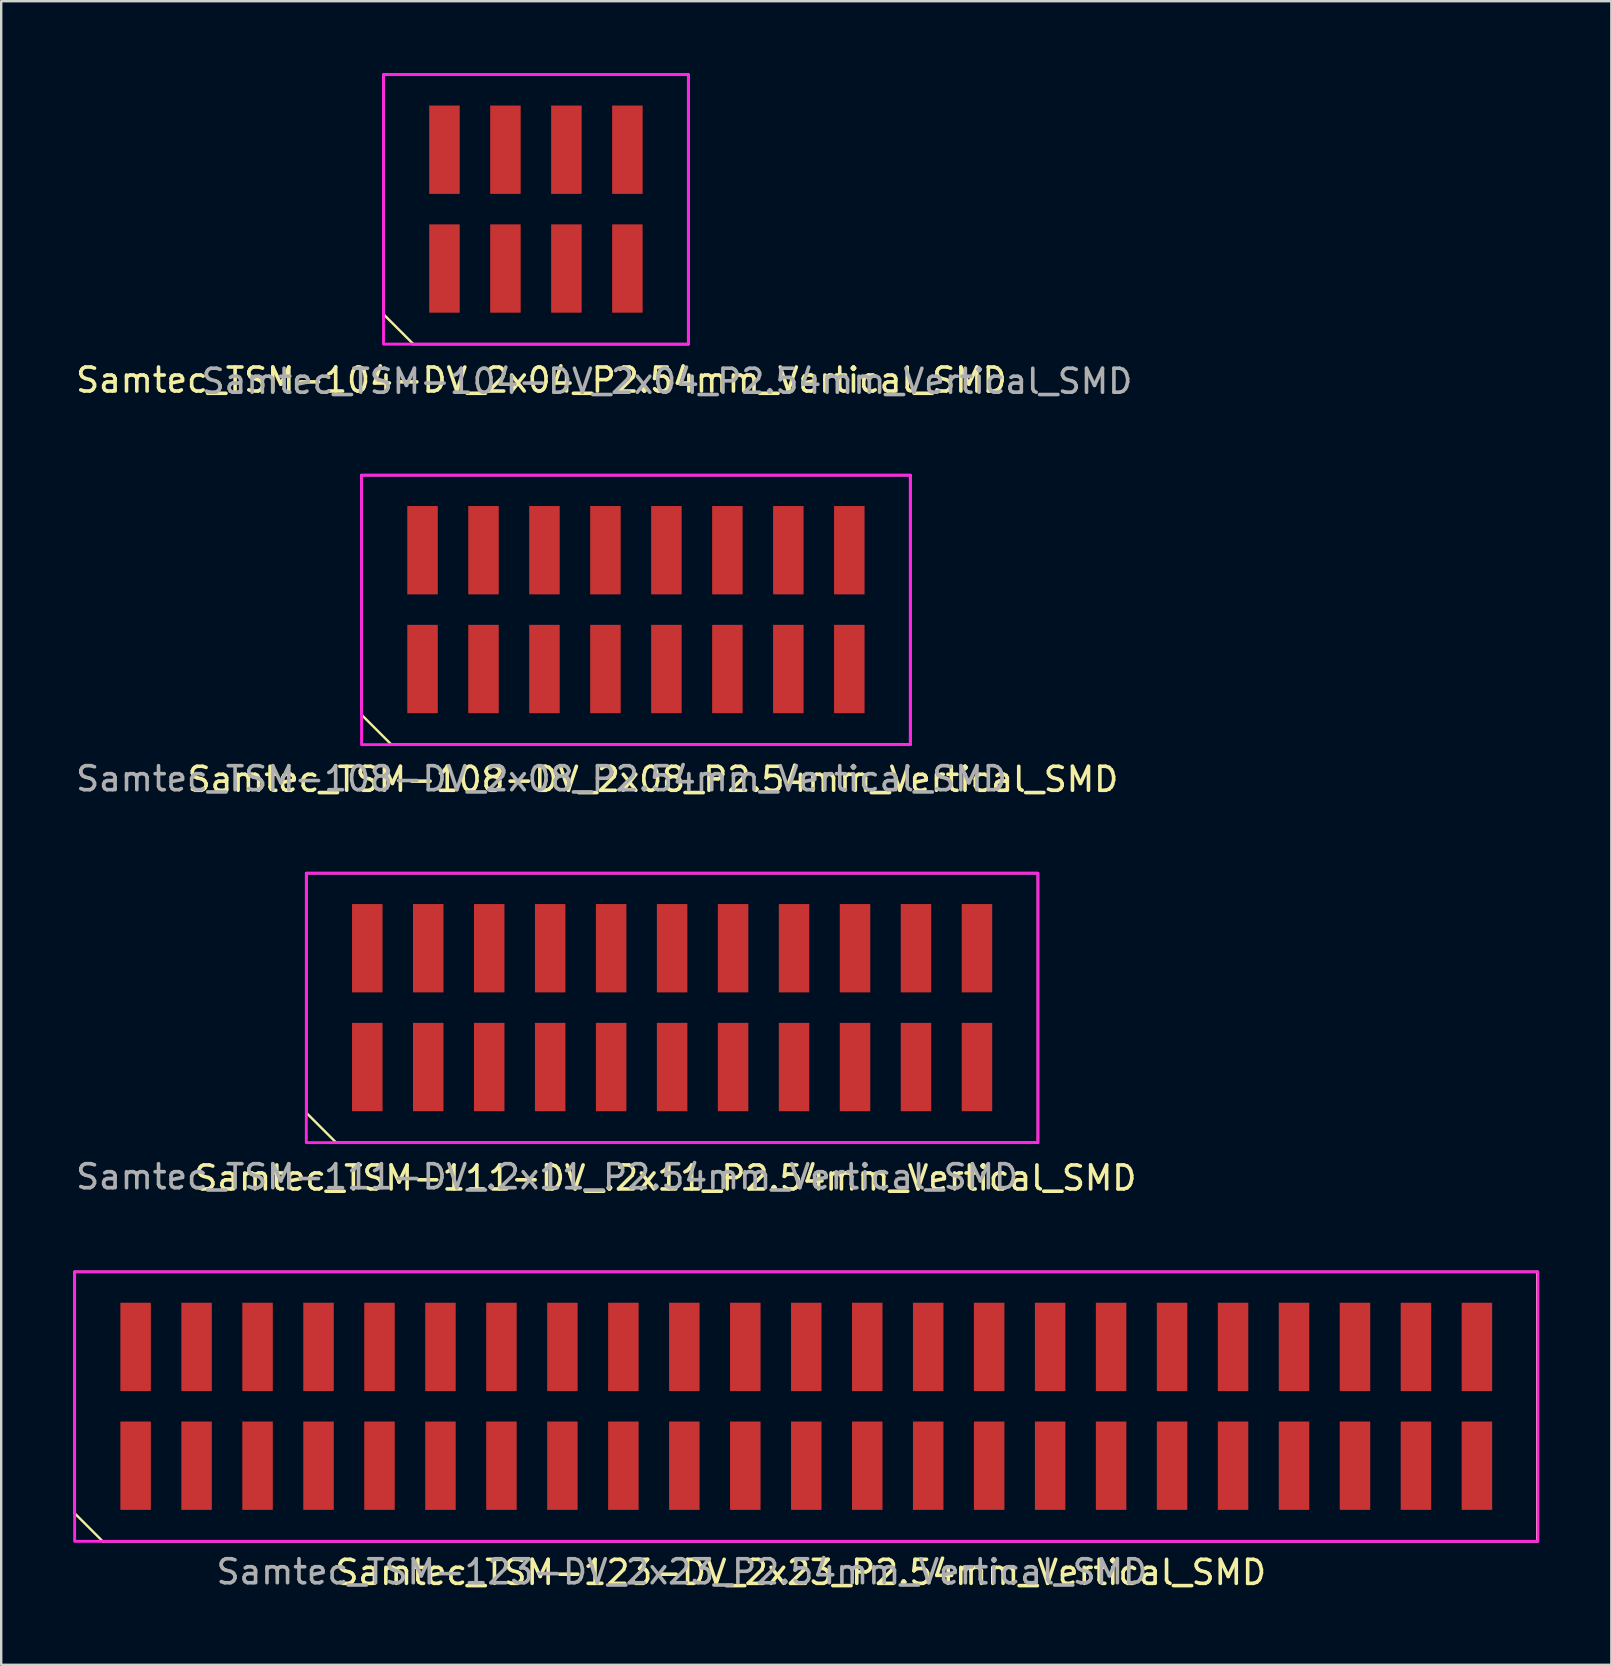
<source format=kicad_pcb>
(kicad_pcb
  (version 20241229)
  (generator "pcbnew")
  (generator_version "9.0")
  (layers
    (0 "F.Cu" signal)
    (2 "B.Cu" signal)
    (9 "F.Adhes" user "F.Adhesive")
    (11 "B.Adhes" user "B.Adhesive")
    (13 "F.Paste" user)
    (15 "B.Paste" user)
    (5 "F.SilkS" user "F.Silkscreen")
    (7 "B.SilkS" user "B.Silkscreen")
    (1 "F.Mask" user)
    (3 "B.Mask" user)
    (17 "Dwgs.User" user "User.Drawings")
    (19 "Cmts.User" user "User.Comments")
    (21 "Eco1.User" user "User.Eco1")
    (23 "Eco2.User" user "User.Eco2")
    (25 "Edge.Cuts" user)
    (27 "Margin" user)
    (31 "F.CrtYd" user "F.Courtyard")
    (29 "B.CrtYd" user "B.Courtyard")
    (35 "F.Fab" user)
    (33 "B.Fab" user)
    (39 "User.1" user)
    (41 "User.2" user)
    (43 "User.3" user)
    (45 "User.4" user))
  (footprint "Samtec_TSM-104-DV_2x04_P2.54mm_Vertical_SMD"
    (layer "F.Cu")
    (at 15.467 8.137)
    (property "Reference" "Samtec_TSM-104-DV_2x04_P2.54mm_Vertical_SMD" (at 4.039 4.648 0) (layer "F.SilkS") (effects (font (size 1 1) (thickness 0.15))))
    (attr smd)
    (fp_line (start -2.54 -8.077) (end -2.54 1.905) (stroke (width 0.1) (type solid)) (layer "F.SilkS"))
    (fp_line (start -2.54 -8.077) (end 10.16 -8.077) (stroke (width 0.1) (type solid)) (layer "F.SilkS"))
    (fp_line (start -2.515 1.93) (end -1.295 3.15) (stroke (width 0.1) (type solid)) (layer "F.SilkS"))
    (fp_line (start -1.295 3.15) (end 10.16 3.15) (stroke (width 0.1) (type solid)) (layer "F.SilkS"))
    (fp_line (start 10.16 -8.077) (end 10.16 3.15) (stroke (width 0.1) (type solid)) (layer "F.SilkS"))
    (fp_rect (start -2.54 -8.077) (end 10.16 3.15) (stroke (width 0.12) (type solid)) (fill no) (layer "F.CrtYd"))
    (fp_text user "${REFERENCE}" (at 9.271 4.699 0) (layer "F.Fab") (effects (font (size 1 1) (thickness 0.15))))
    (pad "1" smd rect (at 0 0) (size 1.27 3.68) (layers "F.Cu" "F.Mask" "F.Paste"))
    (pad "2" smd rect (at 0 -4.95) (size 1.27 3.68) (layers "F.Cu" "F.Mask" "F.Paste"))
    (pad "3" smd rect (at 2.54 0) (size 1.27 3.68) (layers "F.Cu" "F.Mask" "F.Paste"))
    (pad "4" smd rect (at 2.54 -4.95) (size 1.27 3.68) (layers "F.Cu" "F.Mask" "F.Paste"))
    (pad "5" smd rect (at 5.08 0) (size 1.27 3.68) (layers "F.Cu" "F.Mask" "F.Paste"))
    (pad "6" smd rect (at 5.08 -4.95) (size 1.27 3.68) (layers "F.Cu" "F.Mask" "F.Paste"))
    (pad "7" smd rect (at 7.62 0) (size 1.27 3.68) (layers "F.Cu" "F.Mask" "F.Paste"))
    (pad "8" smd rect (at 7.62 -4.95) (size 1.27 3.68) (layers "F.Cu" "F.Mask" "F.Paste")))
  (footprint "Samtec_TSM-108-DV_2x08_P2.54mm_Vertical_SMD"
    (layer "F.Cu")
    (at 14.553 24.822)
    (property "Reference" "Samtec_TSM-108-DV_2x08_P2.54mm_Vertical_SMD" (at 9.601 4.597 0) (layer "F.SilkS") (effects (font (size 1 1) (thickness 0.15))))
    (attr smd)
    (fp_line (start -2.54 -8.077) (end -2.54 1.905) (stroke (width 0.1) (type solid)) (layer "F.SilkS"))
    (fp_line (start -2.54 -8.077) (end 20.32 -8.077) (stroke (width 0.1) (type solid)) (layer "F.SilkS"))
    (fp_line (start -2.515 1.93) (end -1.295 3.15) (stroke (width 0.1) (type solid)) (layer "F.SilkS"))
    (fp_line (start -1.295 3.15) (end 20.32 3.15) (stroke (width 0.1) (type solid)) (layer "F.SilkS"))
    (fp_line (start 20.32 -8.077) (end 20.32 3.15) (stroke (width 0.1) (type solid)) (layer "F.SilkS"))
    (fp_rect (start -2.54 -8.077) (end 20.32 3.15) (stroke (width 0.12) (type solid)) (fill no) (layer "F.CrtYd"))
    (fp_text user "${REFERENCE}" (at 4.953 4.572 0) (layer "F.Fab") (effects (font (size 1 1) (thickness 0.15))))
    (pad "1" smd rect (at 0 0) (size 1.27 3.68) (layers "F.Cu" "F.Mask" "F.Paste"))
    (pad "2" smd rect (at 0 -4.95) (size 1.27 3.68) (layers "F.Cu" "F.Mask" "F.Paste"))
    (pad "3" smd rect (at 2.54 0) (size 1.27 3.68) (layers "F.Cu" "F.Mask" "F.Paste"))
    (pad "4" smd rect (at 2.54 -4.95) (size 1.27 3.68) (layers "F.Cu" "F.Mask" "F.Paste"))
    (pad "5" smd rect (at 5.08 0) (size 1.27 3.68) (layers "F.Cu" "F.Mask" "F.Paste"))
    (pad "6" smd rect (at 5.08 -4.95) (size 1.27 3.68) (layers "F.Cu" "F.Mask" "F.Paste"))
    (pad "7" smd rect (at 7.62 0) (size 1.27 3.68) (layers "F.Cu" "F.Mask" "F.Paste"))
    (pad "8" smd rect (at 7.62 -4.95) (size 1.27 3.68) (layers "F.Cu" "F.Mask" "F.Paste"))
    (pad "9" smd rect (at 10.16 0) (size 1.27 3.68) (layers "F.Cu" "F.Mask" "F.Paste"))
    (pad "10" smd rect (at 10.16 -4.95) (size 1.27 3.68) (layers "F.Cu" "F.Mask" "F.Paste"))
    (pad "11" smd rect (at 12.7 0) (size 1.27 3.68) (layers "F.Cu" "F.Mask" "F.Paste"))
    (pad "12" smd rect (at 12.7 -4.95) (size 1.27 3.68) (layers "F.Cu" "F.Mask" "F.Paste"))
    (pad "13" smd rect (at 15.24 0) (size 1.27 3.68) (layers "F.Cu" "F.Mask" "F.Paste"))
    (pad "14" smd rect (at 15.24 -4.95) (size 1.27 3.68) (layers "F.Cu" "F.Mask" "F.Paste"))
    (pad "15" smd rect (at 17.78 0) (size 1.27 3.68) (layers "F.Cu" "F.Mask" "F.Paste"))
    (pad "16" smd rect (at 17.78 -4.95) (size 1.27 3.68) (layers "F.Cu" "F.Mask" "F.Paste")))
  (footprint "Samtec_TSM-123-DV_2x23_P2.54mm_Vertical_SMD"
    (layer "F.Cu")
    (at 2.6 58.013)
    (property "Reference" "Samtec_TSM-123-DV_2x23_P2.54mm_Vertical_SMD" (at 27.711 4.445 0) (layer "F.SilkS") (effects (font (size 1 1) (thickness 0.15))))
    (attr smd)
    (fp_line (start -2.54 -8.077) (end 58.395 -8.077) (stroke (width 0.1) (type solid)) (layer "F.SilkS"))
    (fp_line (start -2.54 1.981) (end -2.54 -8.077) (stroke (width 0.1) (type solid)) (layer "F.SilkS"))
    (fp_line (start -2.54 1.981) (end -1.372 3.15) (stroke (width 0.1) (type solid)) (layer "F.SilkS"))
    (fp_line (start -1.372 3.15) (end 58.395 3.15) (stroke (width 0.1) (type solid)) (layer "F.SilkS"))
    (fp_line (start 58.395 -8.077) (end 58.395 3.15) (stroke (width 0.1) (type solid)) (layer "F.SilkS"))
    (fp_rect (start -2.54 -8.077) (end 58.42 3.15) (stroke (width 0.12) (type solid)) (fill no) (layer "F.CrtYd"))
    (fp_text user "${REFERENCE}" (at 22.758 4.42 0) (layer "F.Fab") (effects (font (size 1 1) (thickness 0.15))))
    (pad "1" smd rect (at 0 0) (size 1.27 3.68) (layers "F.Cu" "F.Mask" "F.Paste"))
    (pad "2" smd rect (at 0 -4.95) (size 1.27 3.68) (layers "F.Cu" "F.Mask" "F.Paste"))
    (pad "3" smd rect (at 2.54 0) (size 1.27 3.68) (layers "F.Cu" "F.Mask" "F.Paste"))
    (pad "4" smd rect (at 2.54 -4.95) (size 1.27 3.68) (layers "F.Cu" "F.Mask" "F.Paste"))
    (pad "5" smd rect (at 5.08 0) (size 1.27 3.68) (layers "F.Cu" "F.Mask" "F.Paste"))
    (pad "6" smd rect (at 5.08 -4.95) (size 1.27 3.68) (layers "F.Cu" "F.Mask" "F.Paste"))
    (pad "7" smd rect (at 7.62 0) (size 1.27 3.68) (layers "F.Cu" "F.Mask" "F.Paste"))
    (pad "8" smd rect (at 7.62 -4.95) (size 1.27 3.68) (layers "F.Cu" "F.Mask" "F.Paste"))
    (pad "9" smd rect (at 10.16 0) (size 1.27 3.68) (layers "F.Cu" "F.Mask" "F.Paste"))
    (pad "10" smd rect (at 10.16 -4.95) (size 1.27 3.68) (layers "F.Cu" "F.Mask" "F.Paste"))
    (pad "11" smd rect (at 12.7 0) (size 1.27 3.68) (layers "F.Cu" "F.Mask" "F.Paste"))
    (pad "12" smd rect (at 12.7 -4.95) (size 1.27 3.68) (layers "F.Cu" "F.Mask" "F.Paste"))
    (pad "13" smd rect (at 15.24 0) (size 1.27 3.68) (layers "F.Cu" "F.Mask" "F.Paste"))
    (pad "14" smd rect (at 15.24 -4.95) (size 1.27 3.68) (layers "F.Cu" "F.Mask" "F.Paste"))
    (pad "15" smd rect (at 17.78 0) (size 1.27 3.68) (layers "F.Cu" "F.Mask" "F.Paste"))
    (pad "16" smd rect (at 17.78 -4.95) (size 1.27 3.68) (layers "F.Cu" "F.Mask" "F.Paste"))
    (pad "17" smd rect (at 20.32 0) (size 1.27 3.68) (layers "F.Cu" "F.Mask" "F.Paste"))
    (pad "18" smd rect (at 20.32 -4.95) (size 1.27 3.68) (layers "F.Cu" "F.Mask" "F.Paste"))
    (pad "19" smd rect (at 22.86 0) (size 1.27 3.68) (layers "F.Cu" "F.Mask" "F.Paste"))
    (pad "20" smd rect (at 22.86 -4.95) (size 1.27 3.68) (layers "F.Cu" "F.Mask" "F.Paste"))
    (pad "21" smd rect (at 25.4 0) (size 1.27 3.68) (layers "F.Cu" "F.Mask" "F.Paste"))
    (pad "22" smd rect (at 25.4 -4.95) (size 1.27 3.68) (layers "F.Cu" "F.Mask" "F.Paste"))
    (pad "23" smd rect (at 27.94 0) (size 1.27 3.68) (layers "F.Cu" "F.Mask" "F.Paste"))
    (pad "24" smd rect (at 27.94 -4.95) (size 1.27 3.68) (layers "F.Cu" "F.Mask" "F.Paste"))
    (pad "25" smd rect (at 30.48 0) (size 1.27 3.68) (layers "F.Cu" "F.Mask" "F.Paste"))
    (pad "26" smd rect (at 30.48 -4.95) (size 1.27 3.68) (layers "F.Cu" "F.Mask" "F.Paste"))
    (pad "27" smd rect (at 33.02 0) (size 1.27 3.68) (layers "F.Cu" "F.Mask" "F.Paste"))
    (pad "28" smd rect (at 33.02 -4.95) (size 1.27 3.68) (layers "F.Cu" "F.Mask" "F.Paste"))
    (pad "29" smd rect (at 35.56 0) (size 1.27 3.68) (layers "F.Cu" "F.Mask" "F.Paste"))
    (pad "30" smd rect (at 35.56 -4.95) (size 1.27 3.68) (layers "F.Cu" "F.Mask" "F.Paste"))
    (pad "31" smd rect (at 38.1 0) (size 1.27 3.68) (layers "F.Cu" "F.Mask" "F.Paste"))
    (pad "32" smd rect (at 38.1 -4.95) (size 1.27 3.68) (layers "F.Cu" "F.Mask" "F.Paste"))
    (pad "33" smd rect (at 40.64 0) (size 1.27 3.68) (layers "F.Cu" "F.Mask" "F.Paste"))
    (pad "34" smd rect (at 40.64 -4.95) (size 1.27 3.68) (layers "F.Cu" "F.Mask" "F.Paste"))
    (pad "35" smd rect (at 43.18 0) (size 1.27 3.68) (layers "F.Cu" "F.Mask" "F.Paste"))
    (pad "36" smd rect (at 43.18 -4.95) (size 1.27 3.68) (layers "F.Cu" "F.Mask" "F.Paste"))
    (pad "37" smd rect (at 45.72 0) (size 1.27 3.68) (layers "F.Cu" "F.Mask" "F.Paste"))
    (pad "38" smd rect (at 45.72 -4.95) (size 1.27 3.68) (layers "F.Cu" "F.Mask" "F.Paste"))
    (pad "39" smd rect (at 48.26 0) (size 1.27 3.68) (layers "F.Cu" "F.Mask" "F.Paste"))
    (pad "40" smd rect (at 48.26 -4.95) (size 1.27 3.68) (layers "F.Cu" "F.Mask" "F.Paste"))
    (pad "41" smd rect (at 50.8 0) (size 1.27 3.68) (layers "F.Cu" "F.Mask" "F.Paste"))
    (pad "42" smd rect (at 50.8 -4.95) (size 1.27 3.68) (layers "F.Cu" "F.Mask" "F.Paste"))
    (pad "43" smd rect (at 53.34 0) (size 1.27 3.68) (layers "F.Cu" "F.Mask" "F.Paste"))
    (pad "44" smd rect (at 53.34 -4.95) (size 1.27 3.68) (layers "F.Cu" "F.Mask" "F.Paste"))
    (pad "45" smd rect (at 55.88 0) (size 1.27 3.68) (layers "F.Cu" "F.Mask" "F.Paste"))
    (pad "46" smd rect (at 55.88 -4.95) (size 1.27 3.68) (layers "F.Cu" "F.Mask" "F.Paste")))
  (footprint "Samtec_TSM-111-DV_.2x11_P2.54mm_Vertical_SMD"
    (layer "F.Cu")
    (at 12.251 41.404)
    (property "Reference" "Samtec_TSM-111-DV_.2x11_P2.54mm_Vertical_SMD" (at 12.421 4.623 0) (layer "F.SilkS") (effects (font (size 1 1) (thickness 0.15))))
    (attr smd)
    (fp_line (start -2.54 -8.077) (end -2.54 1.905) (stroke (width 0.1) (type solid)) (layer "F.SilkS"))
    (fp_line (start -2.54 -8.077) (end 27.94 -8.077) (stroke (width 0.1) (type solid)) (layer "F.SilkS"))
    (fp_line (start -2.515 1.93) (end -1.295 3.15) (stroke (width 0.1) (type solid)) (layer "F.SilkS"))
    (fp_line (start -1.295 3.15) (end 27.94 3.15) (stroke (width 0.1) (type solid)) (layer "F.SilkS"))
    (fp_line (start 27.94 -8.077) (end 27.94 3.15) (stroke (width 0.1) (type solid)) (layer "F.SilkS"))
    (fp_rect (start -2.54 -8.077) (end 27.94 3.15) (stroke (width 0.12) (type solid)) (fill no) (layer "F.CrtYd"))
    (fp_text user "${REFERENCE}" (at 7.493 4.572 0) (layer "F.Fab") (effects (font (size 1 1) (thickness 0.15))))
    (pad "1" smd rect (at 0 0) (size 1.27 3.68) (layers "F.Cu" "F.Mask" "F.Paste"))
    (pad "2" smd rect (at 0 -4.95) (size 1.27 3.68) (layers "F.Cu" "F.Mask" "F.Paste"))
    (pad "3" smd rect (at 2.54 0) (size 1.27 3.68) (layers "F.Cu" "F.Mask" "F.Paste"))
    (pad "4" smd rect (at 2.54 -4.95) (size 1.27 3.68) (layers "F.Cu" "F.Mask" "F.Paste"))
    (pad "5" smd rect (at 5.08 0) (size 1.27 3.68) (layers "F.Cu" "F.Mask" "F.Paste"))
    (pad "6" smd rect (at 5.08 -4.95) (size 1.27 3.68) (layers "F.Cu" "F.Mask" "F.Paste"))
    (pad "7" smd rect (at 7.62 0) (size 1.27 3.68) (layers "F.Cu" "F.Mask" "F.Paste"))
    (pad "8" smd rect (at 7.62 -4.95) (size 1.27 3.68) (layers "F.Cu" "F.Mask" "F.Paste"))
    (pad "9" smd rect (at 10.16 0) (size 1.27 3.68) (layers "F.Cu" "F.Mask" "F.Paste"))
    (pad "10" smd rect (at 10.16 -4.95) (size 1.27 3.68) (layers "F.Cu" "F.Mask" "F.Paste"))
    (pad "11" smd rect (at 12.7 0) (size 1.27 3.68) (layers "F.Cu" "F.Mask" "F.Paste"))
    (pad "12" smd rect (at 12.7 -4.95) (size 1.27 3.68) (layers "F.Cu" "F.Mask" "F.Paste"))
    (pad "13" smd rect (at 15.24 0) (size 1.27 3.68) (layers "F.Cu" "F.Mask" "F.Paste"))
    (pad "14" smd rect (at 15.24 -4.95) (size 1.27 3.68) (layers "F.Cu" "F.Mask" "F.Paste"))
    (pad "15" smd rect (at 17.78 0) (size 1.27 3.68) (layers "F.Cu" "F.Mask" "F.Paste"))
    (pad "16" smd rect (at 17.78 -4.95) (size 1.27 3.68) (layers "F.Cu" "F.Mask" "F.Paste"))
    (pad "17" smd rect (at 20.32 0) (size 1.27 3.68) (layers "F.Cu" "F.Mask" "F.Paste"))
    (pad "18" smd rect (at 20.32 -4.95) (size 1.27 3.68) (layers "F.Cu" "F.Mask" "F.Paste"))
    (pad "19" smd rect (at 22.86 0) (size 1.27 3.68) (layers "F.Cu" "F.Mask" "F.Paste"))
    (pad "20" smd rect (at 22.86 -4.95) (size 1.27 3.68) (layers "F.Cu" "F.Mask" "F.Paste"))
    (pad "21" smd rect (at 25.4 0) (size 1.27 3.68) (layers "F.Cu" "F.Mask" "F.Paste"))
    (pad "22" smd rect (at 25.4 -4.95) (size 1.27 3.68) (layers "F.Cu" "F.Mask" "F.Paste")))
  (gr_rect
    (start -3 -3)
    (end 64.08 66.306)
    (stroke (width 0.1) (type default))
    (fill no)
    (layer "Edge.Cuts")))
</source>
